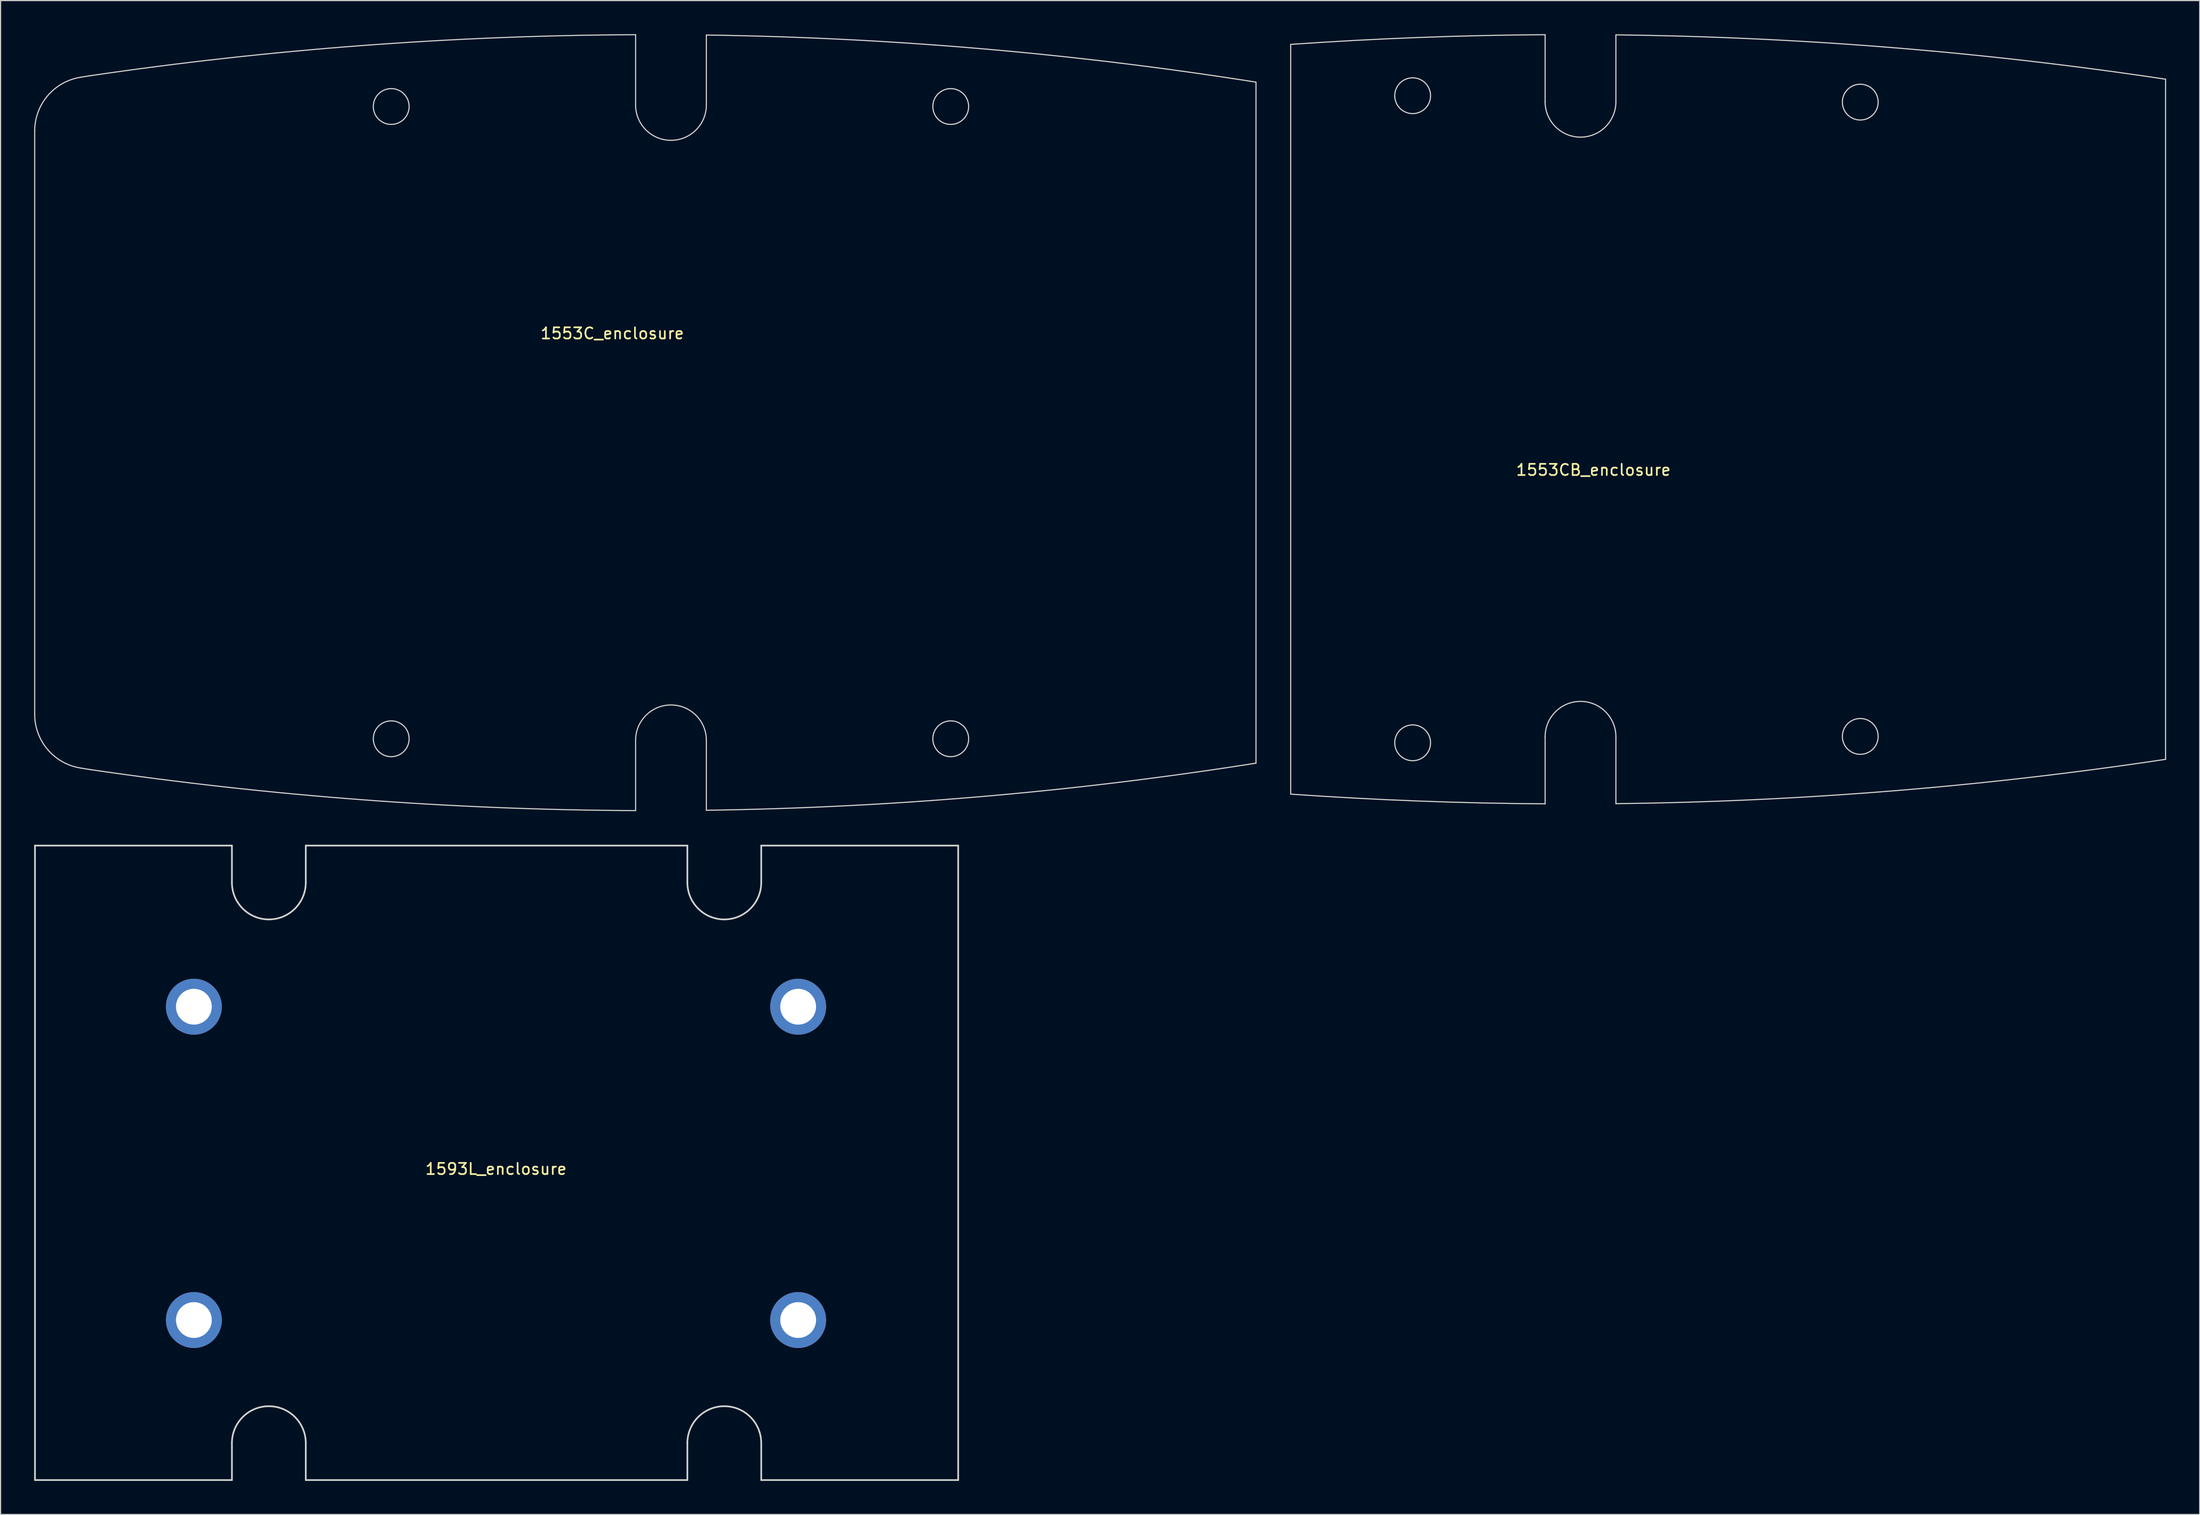
<source format=kicad_pcb>
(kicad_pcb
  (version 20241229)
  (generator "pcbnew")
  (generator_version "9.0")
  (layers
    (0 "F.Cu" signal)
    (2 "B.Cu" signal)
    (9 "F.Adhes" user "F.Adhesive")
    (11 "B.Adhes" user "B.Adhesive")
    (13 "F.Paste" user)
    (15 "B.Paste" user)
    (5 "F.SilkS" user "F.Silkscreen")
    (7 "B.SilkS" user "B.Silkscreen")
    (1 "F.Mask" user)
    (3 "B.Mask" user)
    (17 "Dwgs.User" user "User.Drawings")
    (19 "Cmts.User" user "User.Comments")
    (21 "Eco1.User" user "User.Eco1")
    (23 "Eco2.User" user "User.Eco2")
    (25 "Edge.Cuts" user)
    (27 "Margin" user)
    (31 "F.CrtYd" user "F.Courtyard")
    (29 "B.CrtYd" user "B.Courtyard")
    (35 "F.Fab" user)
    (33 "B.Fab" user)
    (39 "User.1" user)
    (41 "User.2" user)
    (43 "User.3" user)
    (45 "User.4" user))
  (footprint "1593L_enclosure"
    (layer "F.Cu")
    (at 41.275 100.912)
    (property "Reference" "1593L_enclosure" (at 0 0.5 0) (layer "F.SilkS") (effects (font (size 1 1) (thickness 0.15))))
    (attr through_hole)
    (fp_line (start -41.2 -28.4) (end -41.2 28.3) (stroke (width 0.15) (type solid)) (layer "Edge.Cuts"))
    (fp_line (start -23.6 -28.4) (end -41.2 -28.4) (stroke (width 0.15) (type solid)) (layer "Edge.Cuts"))
    (fp_line (start -23.6 -25.1) (end -23.6 -28.4) (stroke (width 0.15) (type solid)) (layer "Edge.Cuts"))
    (fp_line (start -23.6 25) (end -23.6 28.3) (stroke (width 0.15) (type solid)) (layer "Edge.Cuts"))
    (fp_line (start -23.6 28.3) (end -41.2 28.3) (stroke (width 0.15) (type solid)) (layer "Edge.Cuts"))
    (fp_line (start -17 -28.4) (end 17.1 -28.4) (stroke (width 0.15) (type solid)) (layer "Edge.Cuts"))
    (fp_line (start -17 -25.1) (end -17 -28.4) (stroke (width 0.15) (type solid)) (layer "Edge.Cuts"))
    (fp_line (start -17 25) (end -17 28.3) (stroke (width 0.15) (type solid)) (layer "Edge.Cuts"))
    (fp_line (start -17 28.3) (end 17.1 28.3) (stroke (width 0.15) (type solid)) (layer "Edge.Cuts"))
    (fp_line (start 17.1 -25.1) (end 17.1 -28.4) (stroke (width 0.15) (type solid)) (layer "Edge.Cuts"))
    (fp_line (start 17.1 25) (end 17.1 28.3) (stroke (width 0.15) (type solid)) (layer "Edge.Cuts"))
    (fp_line (start 23.7 -25.1) (end 23.7 -28.4) (stroke (width 0.15) (type solid)) (layer "Edge.Cuts"))
    (fp_line (start 23.7 25) (end 23.7 28.3) (stroke (width 0.15) (type solid)) (layer "Edge.Cuts"))
    (fp_line (start 41.3 -28.4) (end 23.7 -28.4) (stroke (width 0.15) (type solid)) (layer "Edge.Cuts"))
    (fp_line (start 41.3 28.3) (end 23.7 28.3) (stroke (width 0.15) (type solid)) (layer "Edge.Cuts"))
    (fp_line (start 41.3 28.3) (end 41.3 -28.4) (stroke (width 0.15) (type solid)) (layer "Edge.Cuts"))
    (fp_arc (start -23.6 25) (mid -22.633452 22.666548) (end -20.3 21.7) (stroke (width 0.15) (type solid)) (layer "Edge.Cuts"))
    (fp_arc (start -20.3 -21.8) (mid -22.633452 -22.766548) (end -23.6 -25.1) (stroke (width 0.15) (type solid)) (layer "Edge.Cuts"))
    (fp_arc (start -20.3 21.7) (mid -17.966548 22.666548) (end -17 25) (stroke (width 0.15) (type solid)) (layer "Edge.Cuts"))
    (fp_arc (start -17 -25.1) (mid -17.966548 -22.766548) (end -20.3 -21.8) (stroke (width 0.15) (type solid)) (layer "Edge.Cuts"))
    (fp_arc (start 17.1 25) (mid 18.066548 22.666548) (end 20.4 21.7) (stroke (width 0.15) (type solid)) (layer "Edge.Cuts"))
    (fp_arc (start 20.4 -21.8) (mid 18.066548 -22.766548) (end 17.1 -25.1) (stroke (width 0.15) (type solid)) (layer "Edge.Cuts"))
    (fp_arc (start 20.4 21.7) (mid 22.733452 22.666548) (end 23.7 25) (stroke (width 0.15) (type solid)) (layer "Edge.Cuts"))
    (fp_arc (start 23.7 -25.1) (mid 22.733452 -22.766548) (end 20.4 -21.8) (stroke (width 0.15) (type solid)) (layer "Edge.Cuts"))
    (pad "" np_thru_hole circle (at -27 -14) (size 5 5) (drill 3.2) (layers "*.Cu" "*.Mask"))
    (pad "" np_thru_hole circle (at -27 14) (size 5 5) (drill 3.2) (layers "*.Cu" "*.Mask"))
    (pad "" np_thru_hole circle (at 27 -14) (size 5 5) (drill 3.2) (layers "*.Cu" "*.Mask"))
    (pad "" np_thru_hole circle (at 27 14) (size 5 5) (drill 3.2) (layers "*.Cu" "*.Mask")))
  (footprint "1553CB_enclosure"
    (layer "F.Cu")
    (at 139.742 37.246)
    (property "Reference" "1553CB_enclosure" (at -0.4 1.7 0) (layer "F.SilkS") (effects (font (size 1 1) (thickness 0.15))))
    (attr through_hole)
    (fp_line (start -27.454 -36.33) (end -27.454 30.67) (stroke (width 0.1) (type solid)) (layer "Edge.Cuts"))
    (fp_line (start -4.717 -31.204) (end -4.717 -37.196) (stroke (width 0.1) (type solid)) (layer "Edge.Cuts"))
    (fp_line (start -4.717 31.536) (end -4.717 25.544) (stroke (width 0.1) (type solid)) (layer "Edge.Cuts"))
    (fp_line (start 1.608 -37.179) (end 1.608 -31.204) (stroke (width 0.1) (type solid)) (layer "Edge.Cuts"))
    (fp_line (start 1.608 25.544) (end 1.608 31.52) (stroke (width 0.1) (type solid)) (layer "Edge.Cuts"))
    (fp_line (start 50.727 27.559) (end 50.727 -33.218) (stroke (width 0.1) (type solid)) (layer "Edge.Cuts"))
    (fp_arc (start -27.453771 -36.329761) (mid -16.092492 -36.94389) (end -4.717421 -37.196011) (stroke (width 0.1) (type solid)) (layer "Edge.Cuts"))
    (fp_arc (start -4.717422 25.544359) (mid -1.554697 22.381634) (end 1.608028 25.544359) (stroke (width 0.1) (type solid)) (layer "Edge.Cuts"))
    (fp_arc (start -4.717421 31.536488) (mid -16.092492 31.284368) (end -27.453771 30.670239) (stroke (width 0.1) (type solid)) (layer "Edge.Cuts"))
    (fp_arc (start 1.608027 -31.203881) (mid -1.554697 -28.041157) (end -4.717421 -31.203881) (stroke (width 0.1) (type solid)) (layer "Edge.Cuts"))
    (fp_arc (start 1.608028 -37.179497) (mid 26.236058 -36.046683) (end 50.727365 -33.21843) (stroke (width 0.1) (type solid)) (layer "Edge.Cuts"))
    (fp_arc (start 50.727365 27.558907) (mid 26.236058 30.387159) (end 1.608028 31.519974) (stroke (width 0.1) (type solid)) (layer "Edge.Cuts"))
    (fp_circle (center -16.555 -31.743) (end -14.955 -31.743) (stroke (width 0.1) (type solid)) (fill no) (layer "Edge.Cuts"))
    (fp_circle (center -16.555 26.083) (end -14.955 26.083) (stroke (width 0.1) (type solid)) (fill no) (layer "Edge.Cuts"))
    (fp_circle (center 23.445 -31.171) (end 25.045 -31.171) (stroke (width 0.1) (type solid)) (fill no) (layer "Edge.Cuts"))
    (fp_circle (center 23.445 25.511) (end 25.045 25.511) (stroke (width 0.1) (type solid)) (fill no) (layer "Edge.Cuts")))
  (footprint "1553C_enclosure"
    (layer "F.Cu")
    (at 55.967 35.665)
    (property "Reference" "1553C_enclosure" (at -4.3 -8.92 0) (layer "F.SilkS") (effects (font (size 1 1) (thickness 0.15))))
    (attr through_hole)
    (fp_line (start -55.917 -27.01) (end -55.917 25.117) (stroke (width 0.1) (type solid)) (layer "Edge.Cuts"))
    (fp_line (start -51.833 29.915) (end -50.958 30.056) (stroke (width 0.1) (type solid)) (layer "Edge.Cuts"))
    (fp_line (start -50.958 -31.95) (end -51.833 -31.808) (stroke (width 0.1) (type solid)) (layer "Edge.Cuts"))
    (fp_line (start -2.219 -29.338) (end -2.219 -35.615) (stroke (width 0.1) (type solid)) (layer "Edge.Cuts"))
    (fp_line (start -2.219 33.722) (end -2.219 27.445) (stroke (width 0.1) (type solid)) (layer "Edge.Cuts"))
    (fp_line (start 4.106 -35.584) (end 4.106 -29.338) (stroke (width 0.1) (type solid)) (layer "Edge.Cuts"))
    (fp_line (start 4.106 27.445) (end 4.106 33.691) (stroke (width 0.1) (type solid)) (layer "Edge.Cuts"))
    (fp_line (start 53.221 29.482) (end 53.221 -31.375) (stroke (width 0.1) (type solid)) (layer "Edge.Cuts"))
    (fp_arc (start -55.916979 -27.01004) (mid -54.757774 -30.16035) (end -51.833109 -31.807937) (stroke (width 0.1) (type solid)) (layer "Edge.Cuts"))
    (fp_arc (start -51.833109 29.914583) (mid -54.757773 28.266996) (end -55.916978 25.116687) (stroke (width 0.1) (type solid)) (layer "Edge.Cuts"))
    (fp_arc (start -50.958315 -31.949506) (mid -26.653767 -34.645405) (end -2.219386 -35.614929) (stroke (width 0.1) (type solid)) (layer "Edge.Cuts"))
    (fp_arc (start -2.219386 33.721575) (mid -26.653767 32.752051) (end -50.958315 30.056152) (stroke (width 0.1) (type solid)) (layer "Edge.Cuts"))
    (fp_arc (start -2.219385 27.444904) (mid 0.943339 24.28218) (end 4.106063 27.444904) (stroke (width 0.1) (type solid)) (layer "Edge.Cuts"))
    (fp_arc (start 4.106064 -35.583902) (mid 28.738727 -34.356883) (end 53.221037 -31.37524) (stroke (width 0.1) (type solid)) (layer "Edge.Cuts"))
    (fp_arc (start 4.106064 -29.338257) (mid 0.943339 -26.175532) (end -2.219386 -29.338257) (stroke (width 0.1) (type solid)) (layer "Edge.Cuts"))
    (fp_arc (start 53.221037 29.481887) (mid 28.738727 32.46353) (end 4.106063 33.690549) (stroke (width 0.1) (type solid)) (layer "Edge.Cuts"))
    (fp_circle (center -24.057 -29.197) (end -22.457 -29.197) (stroke (width 0.1) (type solid)) (fill no) (layer "Edge.Cuts"))
    (fp_circle (center -24.057 27.303) (end -22.457 27.303) (stroke (width 0.1) (type solid)) (fill no) (layer "Edge.Cuts"))
    (fp_circle (center 25.943 -29.197) (end 27.543 -29.197) (stroke (width 0.1) (type solid)) (fill no) (layer "Edge.Cuts"))
    (fp_circle (center 25.943 27.303) (end 27.543 27.303) (stroke (width 0.1) (type solid)) (fill no) (layer "Edge.Cuts")))
  (gr_rect
    (start -3 -3)
    (end 193.519 132.287)
    (stroke (width 0.1) (type default))
    (fill no)
    (layer "Edge.Cuts")))
</source>
